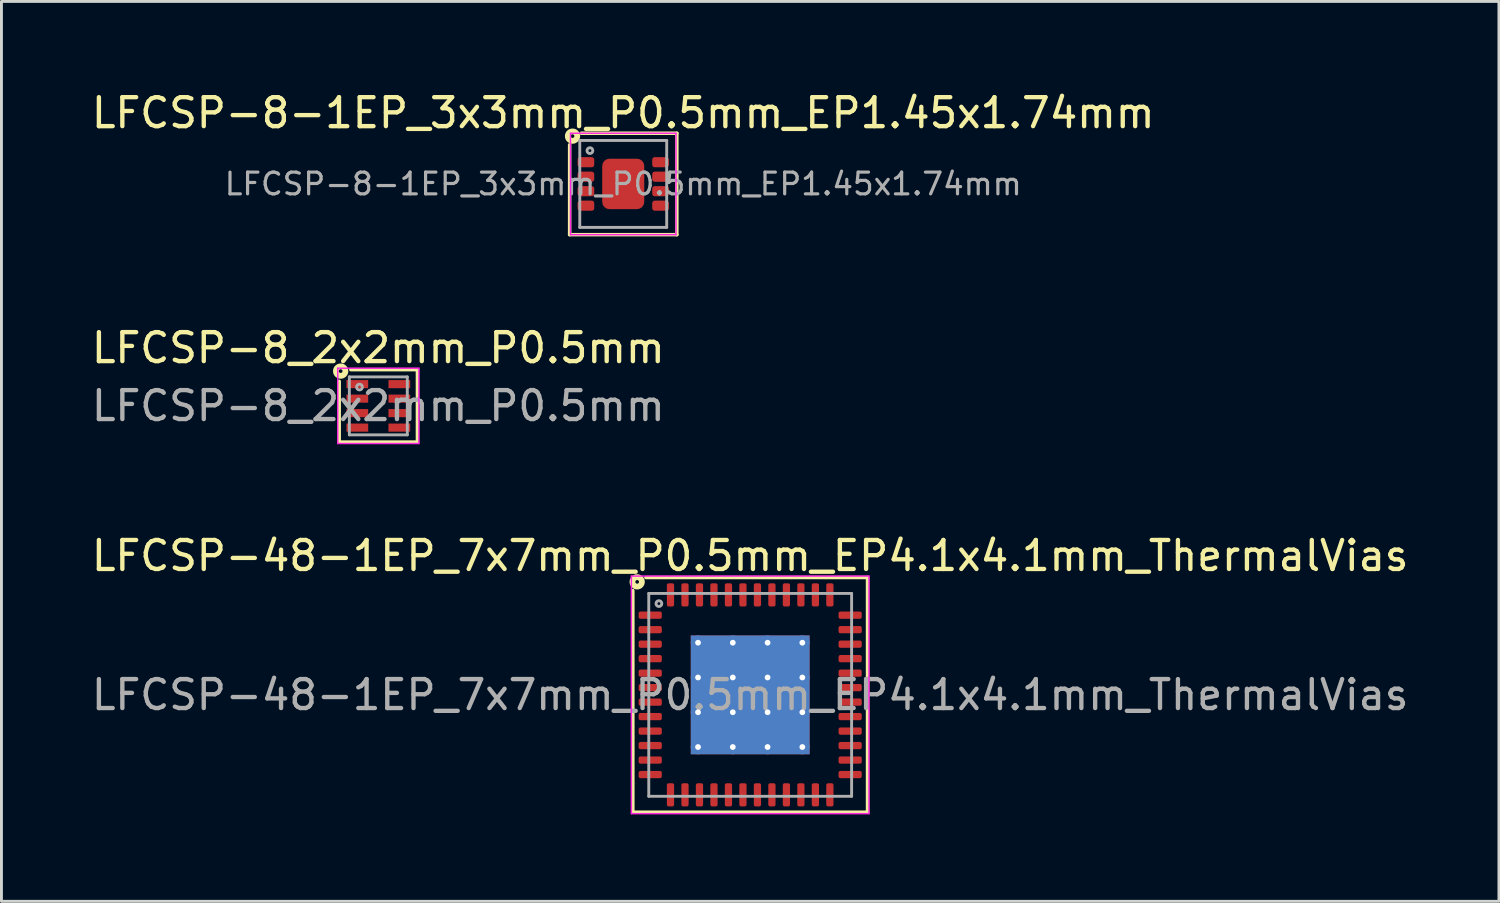
<source format=kicad_pcb>
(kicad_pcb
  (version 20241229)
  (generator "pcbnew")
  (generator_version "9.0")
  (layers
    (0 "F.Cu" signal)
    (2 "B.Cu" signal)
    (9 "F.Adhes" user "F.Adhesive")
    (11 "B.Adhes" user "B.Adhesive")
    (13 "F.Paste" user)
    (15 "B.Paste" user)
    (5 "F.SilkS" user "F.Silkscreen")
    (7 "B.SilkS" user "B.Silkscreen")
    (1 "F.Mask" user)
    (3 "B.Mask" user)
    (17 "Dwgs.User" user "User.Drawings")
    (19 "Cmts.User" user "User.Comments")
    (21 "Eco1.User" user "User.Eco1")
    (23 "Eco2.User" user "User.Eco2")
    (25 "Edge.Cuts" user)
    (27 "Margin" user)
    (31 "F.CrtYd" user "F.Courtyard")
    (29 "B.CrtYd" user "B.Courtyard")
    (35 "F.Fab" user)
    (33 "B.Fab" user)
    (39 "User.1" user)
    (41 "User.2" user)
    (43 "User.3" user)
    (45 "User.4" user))
  (footprint "LFCSP-48-1EP_7x7mm_P0.5mm_EP4.1x4.1mm_ThermalVias"
    (layer "F.Cu")
    (at 22.839 20.93)
    (property "Reference" "LFCSP-48-1EP_7x7mm_P0.5mm_EP4.1x4.1mm_ThermalVias" (at 0 -4.8 0) (layer "F.SilkS") (effects (font (size 1 1) (thickness 0.15))))
    (attr smd)
    (fp_line (start -4.05 4.05) (end -4.05 -3.6) (stroke (width 0.12) (type solid)) (layer "F.SilkS"))
    (fp_line (start 4.05 -4.05) (end -3.6 -4.05) (stroke (width 0.12) (type solid)) (layer "F.SilkS"))
    (fp_line (start 4.05 -4.05) (end 4.05 4.05) (stroke (width 0.12) (type solid)) (layer "F.SilkS"))
    (fp_line (start 4.05 4.05) (end -4.05 4.05) (stroke (width 0.12) (type solid)) (layer "F.SilkS"))
    (fp_circle (center -3.9 -3.9) (end -3.837 -3.9) (stroke (width 0.2) (type solid)) (fill no) (layer "F.SilkS"))
    (fp_line (start -4.1 -4.1) (end -4.1 4.1) (stroke (width 0.05) (type solid)) (layer "F.CrtYd"))
    (fp_line (start -4.1 4.1) (end 4.1 4.1) (stroke (width 0.05) (type solid)) (layer "F.CrtYd"))
    (fp_line (start 4.1 -4.1) (end -4.1 -4.1) (stroke (width 0.05) (type solid)) (layer "F.CrtYd"))
    (fp_line (start 4.1 4.1) (end 4.1 -4.1) (stroke (width 0.05) (type solid)) (layer "F.CrtYd"))
    (fp_line (start -3.5 -3.5) (end 3.5 -3.5) (stroke (width 0.1) (type solid)) (layer "F.Fab"))
    (fp_line (start -3.5 3.5) (end -3.5 -3.5) (stroke (width 0.1) (type solid)) (layer "F.Fab"))
    (fp_line (start 3.5 -3.5) (end 3.5 3.5) (stroke (width 0.1) (type solid)) (layer "F.Fab"))
    (fp_line (start 3.5 3.5) (end -3.5 3.5) (stroke (width 0.1) (type solid)) (layer "F.Fab"))
    (fp_circle (center -3.15 -3.15) (end -3.05 -3.15) (stroke (width 0.1) (type solid)) (fill no) (layer "F.Fab"))
    (fp_text user "${REFERENCE}" (at 0 0 0) (layer "F.Fab") (effects (font (size 1 1) (thickness 0.15))))
    (pad "" smd roundrect (at -1.37 -1.37) (size 1.14 1.14) (layers "F.Paste") (roundrect_rratio 0.219))
    (pad "" smd roundrect (at -1.37 0) (size 1.14 1.14) (layers "F.Paste") (roundrect_rratio 0.219))
    (pad "" smd roundrect (at -1.37 1.37) (size 1.14 1.14) (layers "F.Paste") (roundrect_rratio 0.219))
    (pad "" smd roundrect (at 0 -1.37) (size 1.14 1.14) (layers "F.Paste") (roundrect_rratio 0.219))
    (pad "" smd roundrect (at 0 0) (size 1.14 1.14) (layers "F.Paste") (roundrect_rratio 0.219))
    (pad "" smd roundrect (at 0 1.37) (size 1.14 1.14) (layers "F.Paste") (roundrect_rratio 0.219))
    (pad "" smd roundrect (at 1.37 -1.37) (size 1.14 1.14) (layers "F.Paste") (roundrect_rratio 0.219))
    (pad "" smd roundrect (at 1.37 0) (size 1.14 1.14) (layers "F.Paste") (roundrect_rratio 0.219))
    (pad "" smd roundrect (at 1.37 1.37) (size 1.14 1.14) (layers "F.Paste") (roundrect_rratio 0.219))
    (pad "1" smd roundrect (at -3.45 -2.75) (size 0.8 0.25) (layers "F.Cu" "F.Mask" "F.Paste") (roundrect_rratio 0.25))
    (pad "2" smd roundrect (at -3.45 -2.25) (size 0.8 0.25) (layers "F.Cu" "F.Mask" "F.Paste") (roundrect_rratio 0.25))
    (pad "3" smd roundrect (at -3.45 -1.75) (size 0.8 0.25) (layers "F.Cu" "F.Mask" "F.Paste") (roundrect_rratio 0.25))
    (pad "4" smd roundrect (at -3.45 -1.25) (size 0.8 0.25) (layers "F.Cu" "F.Mask" "F.Paste") (roundrect_rratio 0.25))
    (pad "5" smd roundrect (at -3.45 -0.75) (size 0.8 0.25) (layers "F.Cu" "F.Mask" "F.Paste") (roundrect_rratio 0.25))
    (pad "6" smd roundrect (at -3.45 -0.25) (size 0.8 0.25) (layers "F.Cu" "F.Mask" "F.Paste") (roundrect_rratio 0.25))
    (pad "7" smd roundrect (at -3.45 0.25) (size 0.8 0.25) (layers "F.Cu" "F.Mask" "F.Paste") (roundrect_rratio 0.25))
    (pad "8" smd roundrect (at -3.45 0.75) (size 0.8 0.25) (layers "F.Cu" "F.Mask" "F.Paste") (roundrect_rratio 0.25))
    (pad "9" smd roundrect (at -3.45 1.25) (size 0.8 0.25) (layers "F.Cu" "F.Mask" "F.Paste") (roundrect_rratio 0.25))
    (pad "10" smd roundrect (at -3.45 1.75) (size 0.8 0.25) (layers "F.Cu" "F.Mask" "F.Paste") (roundrect_rratio 0.25))
    (pad "11" smd roundrect (at -3.45 2.25) (size 0.8 0.25) (layers "F.Cu" "F.Mask" "F.Paste") (roundrect_rratio 0.25))
    (pad "12" smd roundrect (at -3.45 2.75) (size 0.8 0.25) (layers "F.Cu" "F.Mask" "F.Paste") (roundrect_rratio 0.25))
    (pad "13" smd roundrect (at -2.75 3.45) (size 0.25 0.8) (layers "F.Cu" "F.Mask" "F.Paste") (roundrect_rratio 0.25))
    (pad "14" smd roundrect (at -2.25 3.45) (size 0.25 0.8) (layers "F.Cu" "F.Mask" "F.Paste") (roundrect_rratio 0.25))
    (pad "15" smd roundrect (at -1.75 3.45) (size 0.25 0.8) (layers "F.Cu" "F.Mask" "F.Paste") (roundrect_rratio 0.25))
    (pad "16" smd roundrect (at -1.25 3.45) (size 0.25 0.8) (layers "F.Cu" "F.Mask" "F.Paste") (roundrect_rratio 0.25))
    (pad "17" smd roundrect (at -0.75 3.45) (size 0.25 0.8) (layers "F.Cu" "F.Mask" "F.Paste") (roundrect_rratio 0.25))
    (pad "18" smd roundrect (at -0.25 3.45) (size 0.25 0.8) (layers "F.Cu" "F.Mask" "F.Paste") (roundrect_rratio 0.25))
    (pad "19" smd roundrect (at 0.25 3.45) (size 0.25 0.8) (layers "F.Cu" "F.Mask" "F.Paste") (roundrect_rratio 0.25))
    (pad "20" smd roundrect (at 0.75 3.45) (size 0.25 0.8) (layers "F.Cu" "F.Mask" "F.Paste") (roundrect_rratio 0.25))
    (pad "21" smd roundrect (at 1.25 3.45) (size 0.25 0.8) (layers "F.Cu" "F.Mask" "F.Paste") (roundrect_rratio 0.25))
    (pad "22" smd roundrect (at 1.75 3.45) (size 0.25 0.8) (layers "F.Cu" "F.Mask" "F.Paste") (roundrect_rratio 0.25))
    (pad "23" smd roundrect (at 2.25 3.45) (size 0.25 0.8) (layers "F.Cu" "F.Mask" "F.Paste") (roundrect_rratio 0.25))
    (pad "24" smd roundrect (at 2.75 3.45) (size 0.25 0.8) (layers "F.Cu" "F.Mask" "F.Paste") (roundrect_rratio 0.25))
    (pad "25" smd roundrect (at 3.45 2.75) (size 0.8 0.25) (layers "F.Cu" "F.Mask" "F.Paste") (roundrect_rratio 0.25))
    (pad "26" smd roundrect (at 3.45 2.25) (size 0.8 0.25) (layers "F.Cu" "F.Mask" "F.Paste") (roundrect_rratio 0.25))
    (pad "27" smd roundrect (at 3.45 1.75) (size 0.8 0.25) (layers "F.Cu" "F.Mask" "F.Paste") (roundrect_rratio 0.25))
    (pad "28" smd roundrect (at 3.45 1.25) (size 0.8 0.25) (layers "F.Cu" "F.Mask" "F.Paste") (roundrect_rratio 0.25))
    (pad "29" smd roundrect (at 3.45 0.75) (size 0.8 0.25) (layers "F.Cu" "F.Mask" "F.Paste") (roundrect_rratio 0.25))
    (pad "30" smd roundrect (at 3.45 0.25) (size 0.8 0.25) (layers "F.Cu" "F.Mask" "F.Paste") (roundrect_rratio 0.25))
    (pad "31" smd roundrect (at 3.45 -0.25) (size 0.8 0.25) (layers "F.Cu" "F.Mask" "F.Paste") (roundrect_rratio 0.25))
    (pad "32" smd roundrect (at 3.45 -0.75) (size 0.8 0.25) (layers "F.Cu" "F.Mask" "F.Paste") (roundrect_rratio 0.25))
    (pad "33" smd roundrect (at 3.45 -1.25) (size 0.8 0.25) (layers "F.Cu" "F.Mask" "F.Paste") (roundrect_rratio 0.25))
    (pad "34" smd roundrect (at 3.45 -1.75) (size 0.8 0.25) (layers "F.Cu" "F.Mask" "F.Paste") (roundrect_rratio 0.25))
    (pad "35" smd roundrect (at 3.45 -2.25) (size 0.8 0.25) (layers "F.Cu" "F.Mask" "F.Paste") (roundrect_rratio 0.25))
    (pad "36" smd roundrect (at 3.45 -2.75) (size 0.8 0.25) (layers "F.Cu" "F.Mask" "F.Paste") (roundrect_rratio 0.25))
    (pad "37" smd roundrect (at 2.75 -3.45) (size 0.25 0.8) (layers "F.Cu" "F.Mask" "F.Paste") (roundrect_rratio 0.25))
    (pad "38" smd roundrect (at 2.25 -3.45) (size 0.25 0.8) (layers "F.Cu" "F.Mask" "F.Paste") (roundrect_rratio 0.25))
    (pad "39" smd roundrect (at 1.75 -3.45) (size 0.25 0.8) (layers "F.Cu" "F.Mask" "F.Paste") (roundrect_rratio 0.25))
    (pad "40" smd roundrect (at 1.25 -3.45) (size 0.25 0.8) (layers "F.Cu" "F.Mask" "F.Paste") (roundrect_rratio 0.25))
    (pad "41" smd roundrect (at 0.75 -3.45) (size 0.25 0.8) (layers "F.Cu" "F.Mask" "F.Paste") (roundrect_rratio 0.25))
    (pad "42" smd roundrect (at 0.25 -3.45) (size 0.25 0.8) (layers "F.Cu" "F.Mask" "F.Paste") (roundrect_rratio 0.25))
    (pad "43" smd roundrect (at -0.25 -3.45) (size 0.25 0.8) (layers "F.Cu" "F.Mask" "F.Paste") (roundrect_rratio 0.25))
    (pad "44" smd roundrect (at -0.75 -3.45) (size 0.25 0.8) (layers "F.Cu" "F.Mask" "F.Paste") (roundrect_rratio 0.25))
    (pad "45" smd roundrect (at -1.25 -3.45) (size 0.25 0.8) (layers "F.Cu" "F.Mask" "F.Paste") (roundrect_rratio 0.25))
    (pad "46" smd roundrect (at -1.75 -3.45) (size 0.25 0.8) (layers "F.Cu" "F.Mask" "F.Paste") (roundrect_rratio 0.25))
    (pad "47" smd roundrect (at -2.25 -3.45) (size 0.25 0.8) (layers "F.Cu" "F.Mask" "F.Paste") (roundrect_rratio 0.25))
    (pad "48" smd roundrect (at -2.75 -3.45) (size 0.25 0.8) (layers "F.Cu" "F.Mask" "F.Paste") (roundrect_rratio 0.25))
    (pad "49" thru_hole circle (at -1.8 -1.8) (size 0.5 0.5) (drill 0.2) (layers "*.Cu"))
    (pad "49" thru_hole circle (at -1.8 -0.6) (size 0.5 0.5) (drill 0.2) (layers "*.Cu"))
    (pad "49" thru_hole circle (at -1.8 0.6) (size 0.5 0.5) (drill 0.2) (layers "*.Cu"))
    (pad "49" thru_hole circle (at -1.8 1.8) (size 0.5 0.5) (drill 0.2) (layers "*.Cu"))
    (pad "49" thru_hole circle (at -0.6 -1.8) (size 0.5 0.5) (drill 0.2) (layers "*.Cu"))
    (pad "49" thru_hole circle (at -0.6 -0.6) (size 0.5 0.5) (drill 0.2) (layers "*.Cu"))
    (pad "49" thru_hole circle (at -0.6 0.6) (size 0.5 0.5) (drill 0.2) (layers "*.Cu"))
    (pad "49" thru_hole circle (at -0.6 1.8) (size 0.5 0.5) (drill 0.2) (layers "*.Cu"))
    (pad "49" smd rect (at 0 0) (size 4.1 4.1) (layers "F.Cu" "F.Mask"))
    (pad "49" smd rect (at 0 0) (size 4.1 4.1) (layers "B.Cu" "B.Mask"))
    (pad "49" thru_hole circle (at 0.6 -1.8) (size 0.5 0.5) (drill 0.2) (layers "*.Cu"))
    (pad "49" thru_hole circle (at 0.6 -0.6) (size 0.5 0.5) (drill 0.2) (layers "*.Cu"))
    (pad "49" thru_hole circle (at 0.6 0.6) (size 0.5 0.5) (drill 0.2) (layers "*.Cu"))
    (pad "49" thru_hole circle (at 0.6 1.8) (size 0.5 0.5) (drill 0.2) (layers "*.Cu"))
    (pad "49" thru_hole circle (at 1.8 -1.8) (size 0.5 0.5) (drill 0.2) (layers "*.Cu"))
    (pad "49" thru_hole circle (at 1.8 -0.6) (size 0.5 0.5) (drill 0.2) (layers "*.Cu"))
    (pad "49" thru_hole circle (at 1.8 0.6) (size 0.5 0.5) (drill 0.2) (layers "*.Cu"))
    (pad "49" thru_hole circle (at 1.8 1.8) (size 0.5 0.5) (drill 0.2) (layers "*.Cu")))
  (footprint "LFCSP-8_2x2mm_P0.5mm"
    (layer "F.Cu")
    (at 10.006 10.957)
    (property "Reference" "LFCSP-8_2x2mm_P0.5mm" (at 0 -2 0) (layer "F.SilkS") (effects (font (size 1 1) (thickness 0.15))))
    (attr smd)
    (fp_line (start -1.35 1.25) (end -1.35 -0.85) (stroke (width 0.12) (type solid)) (layer "F.SilkS"))
    (fp_line (start -0.95 -1.25) (end 1.35 -1.25) (stroke (width 0.12) (type solid)) (layer "F.SilkS"))
    (fp_line (start 1.35 -1.25) (end 1.35 1.25) (stroke (width 0.12) (type solid)) (layer "F.SilkS"))
    (fp_line (start 1.35 1.25) (end -1.35 1.25) (stroke (width 0.12) (type solid)) (layer "F.SilkS"))
    (fp_circle (center -1.3 -1.2) (end -1.236 -1.2) (stroke (width 0.2) (type solid)) (fill no) (layer "F.SilkS"))
    (fp_line (start -1.4 -1.3) (end 1.4 -1.3) (stroke (width 0.05) (type solid)) (layer "F.CrtYd"))
    (fp_line (start -1.4 1.3) (end -1.4 -1.3) (stroke (width 0.05) (type solid)) (layer "F.CrtYd"))
    (fp_line (start 1.4 -1.3) (end 1.4 1.3) (stroke (width 0.05) (type solid)) (layer "F.CrtYd"))
    (fp_line (start 1.4 1.3) (end -1.4 1.3) (stroke (width 0.05) (type solid)) (layer "F.CrtYd"))
    (fp_line (start -1 -1) (end -1 1) (stroke (width 0.1) (type solid)) (layer "F.Fab"))
    (fp_line (start -1 -1) (end 1 -1) (stroke (width 0.1) (type solid)) (layer "F.Fab"))
    (fp_line (start 1 1) (end -1 1) (stroke (width 0.1) (type solid)) (layer "F.Fab"))
    (fp_line (start 1 1) (end 1 -1) (stroke (width 0.1) (type solid)) (layer "F.Fab"))
    (fp_circle (center -0.65 -0.65) (end -0.55 -0.65) (stroke (width 0.1) (type solid)) (fill no) (layer "F.Fab"))
    (fp_text user "${REFERENCE}" (at 0 0 180) (layer "F.Fab") (effects (font (size 1 1) (thickness 0.15))))
    (pad "1" smd rect (at -0.725 -0.75) (size 0.75 0.28) (layers "F.Cu" "F.Mask" "F.Paste"))
    (pad "2" smd rect (at -0.725 -0.25) (size 0.75 0.28) (layers "F.Cu" "F.Mask" "F.Paste"))
    (pad "3" smd rect (at -0.725 0.25) (size 0.75 0.28) (layers "F.Cu" "F.Mask" "F.Paste"))
    (pad "4" smd rect (at -0.725 0.75) (size 0.75 0.28) (layers "F.Cu" "F.Mask" "F.Paste"))
    (pad "5" smd rect (at 0.725 0.75) (size 0.75 0.28) (layers "F.Cu" "F.Mask" "F.Paste"))
    (pad "6" smd rect (at 0.725 0.25) (size 0.75 0.28) (layers "F.Cu" "F.Mask" "F.Paste"))
    (pad "7" smd rect (at 0.725 -0.25) (size 0.75 0.28) (layers "F.Cu" "F.Mask" "F.Paste"))
    (pad "8" smd rect (at 0.725 -0.75) (size 0.75 0.28) (layers "F.Cu" "F.Mask" "F.Paste")))
  (footprint "LFCSP-8-1EP_3x3mm_P0.5mm_EP1.45x1.74mm"
    (layer "F.Cu")
    (at 18.458 3.298)
    (property "Reference" "LFCSP-8-1EP_3x3mm_P0.5mm_EP1.45x1.74mm" (at 0 -2.45 0) (layer "F.SilkS") (effects (font (size 1 1) (thickness 0.15))))
    (attr smd)
    (fp_line (start -1.85 1.75) (end -1.85 -1.35) (stroke (width 0.12) (type solid)) (layer "F.SilkS"))
    (fp_line (start 1.85 -1.75) (end -1.45 -1.75) (stroke (width 0.12) (type solid)) (layer "F.SilkS"))
    (fp_line (start 1.85 -1.75) (end 1.85 1.75) (stroke (width 0.12) (type solid)) (layer "F.SilkS"))
    (fp_line (start 1.85 1.75) (end -1.85 1.75) (stroke (width 0.12) (type solid)) (layer "F.SilkS"))
    (fp_circle (center -1.75 -1.65) (end -1.687 -1.65) (stroke (width 0.2) (type solid)) (fill no) (layer "F.SilkS"))
    (fp_line (start -1.82 -1.75) (end -1.82 1.75) (stroke (width 0.05) (type solid)) (layer "F.CrtYd"))
    (fp_line (start -1.82 1.75) (end 1.82 1.75) (stroke (width 0.05) (type solid)) (layer "F.CrtYd"))
    (fp_line (start 1.82 -1.75) (end -1.82 -1.75) (stroke (width 0.05) (type solid)) (layer "F.CrtYd"))
    (fp_line (start 1.82 1.75) (end 1.82 -1.75) (stroke (width 0.05) (type solid)) (layer "F.CrtYd"))
    (fp_line (start -1.5 -1.5) (end 1.5 -1.5) (stroke (width 0.1) (type solid)) (layer "F.Fab"))
    (fp_line (start -1.5 1.5) (end -1.5 -1.5) (stroke (width 0.1) (type solid)) (layer "F.Fab"))
    (fp_line (start 1.5 -1.5) (end 1.5 1.5) (stroke (width 0.1) (type solid)) (layer "F.Fab"))
    (fp_line (start 1.5 1.5) (end -1.5 1.5) (stroke (width 0.1) (type solid)) (layer "F.Fab"))
    (fp_circle (center -1.15 -1.15) (end -1.05 -1.15) (stroke (width 0.1) (type solid)) (fill no) (layer "F.Fab"))
    (fp_text user "${REFERENCE}" (at 0 0 0) (layer "F.Fab") (effects (font (size 0.75 0.75) (thickness 0.11))))
    (pad "" smd roundrect (at -0.365 -0.435) (size 0.58 0.7) (layers "F.Paste") (roundrect_rratio 0.25))
    (pad "" smd roundrect (at -0.365 0.435) (size 0.58 0.7) (layers "F.Paste") (roundrect_rratio 0.25))
    (pad "" smd roundrect (at 0.365 -0.435) (size 0.58 0.7) (layers "F.Paste") (roundrect_rratio 0.25))
    (pad "" smd roundrect (at 0.365 0.435) (size 0.58 0.7) (layers "F.Paste") (roundrect_rratio 0.25))
    (pad "1" smd roundrect (at -1.288 -0.75) (size 0.575 0.35) (layers "F.Cu" "F.Mask" "F.Paste") (roundrect_rratio 0.25))
    (pad "2" smd roundrect (at -1.288 -0.25) (size 0.575 0.35) (layers "F.Cu" "F.Mask" "F.Paste") (roundrect_rratio 0.25))
    (pad "3" smd roundrect (at -1.288 0.25) (size 0.575 0.35) (layers "F.Cu" "F.Mask" "F.Paste") (roundrect_rratio 0.25))
    (pad "4" smd roundrect (at -1.288 0.75) (size 0.575 0.35) (layers "F.Cu" "F.Mask" "F.Paste") (roundrect_rratio 0.25))
    (pad "5" smd roundrect (at 1.288 0.75) (size 0.575 0.35) (layers "F.Cu" "F.Mask" "F.Paste") (roundrect_rratio 0.25))
    (pad "6" smd roundrect (at 1.288 0.25) (size 0.575 0.35) (layers "F.Cu" "F.Mask" "F.Paste") (roundrect_rratio 0.25))
    (pad "7" smd roundrect (at 1.288 -0.25) (size 0.575 0.35) (layers "F.Cu" "F.Mask" "F.Paste") (roundrect_rratio 0.25))
    (pad "8" smd roundrect (at 1.288 -0.75) (size 0.575 0.35) (layers "F.Cu" "F.Mask" "F.Paste") (roundrect_rratio 0.25))
    (pad "9" smd roundrect (at 0 0) (size 1.45 1.74) (layers "F.Cu" "F.Mask") (roundrect_rratio 0.172)))
  (gr_rect
    (start -3 -3)
    (end 48.679 28.055)
    (stroke (width 0.1) (type default))
    (fill no)
    (layer "Edge.Cuts")))
</source>
